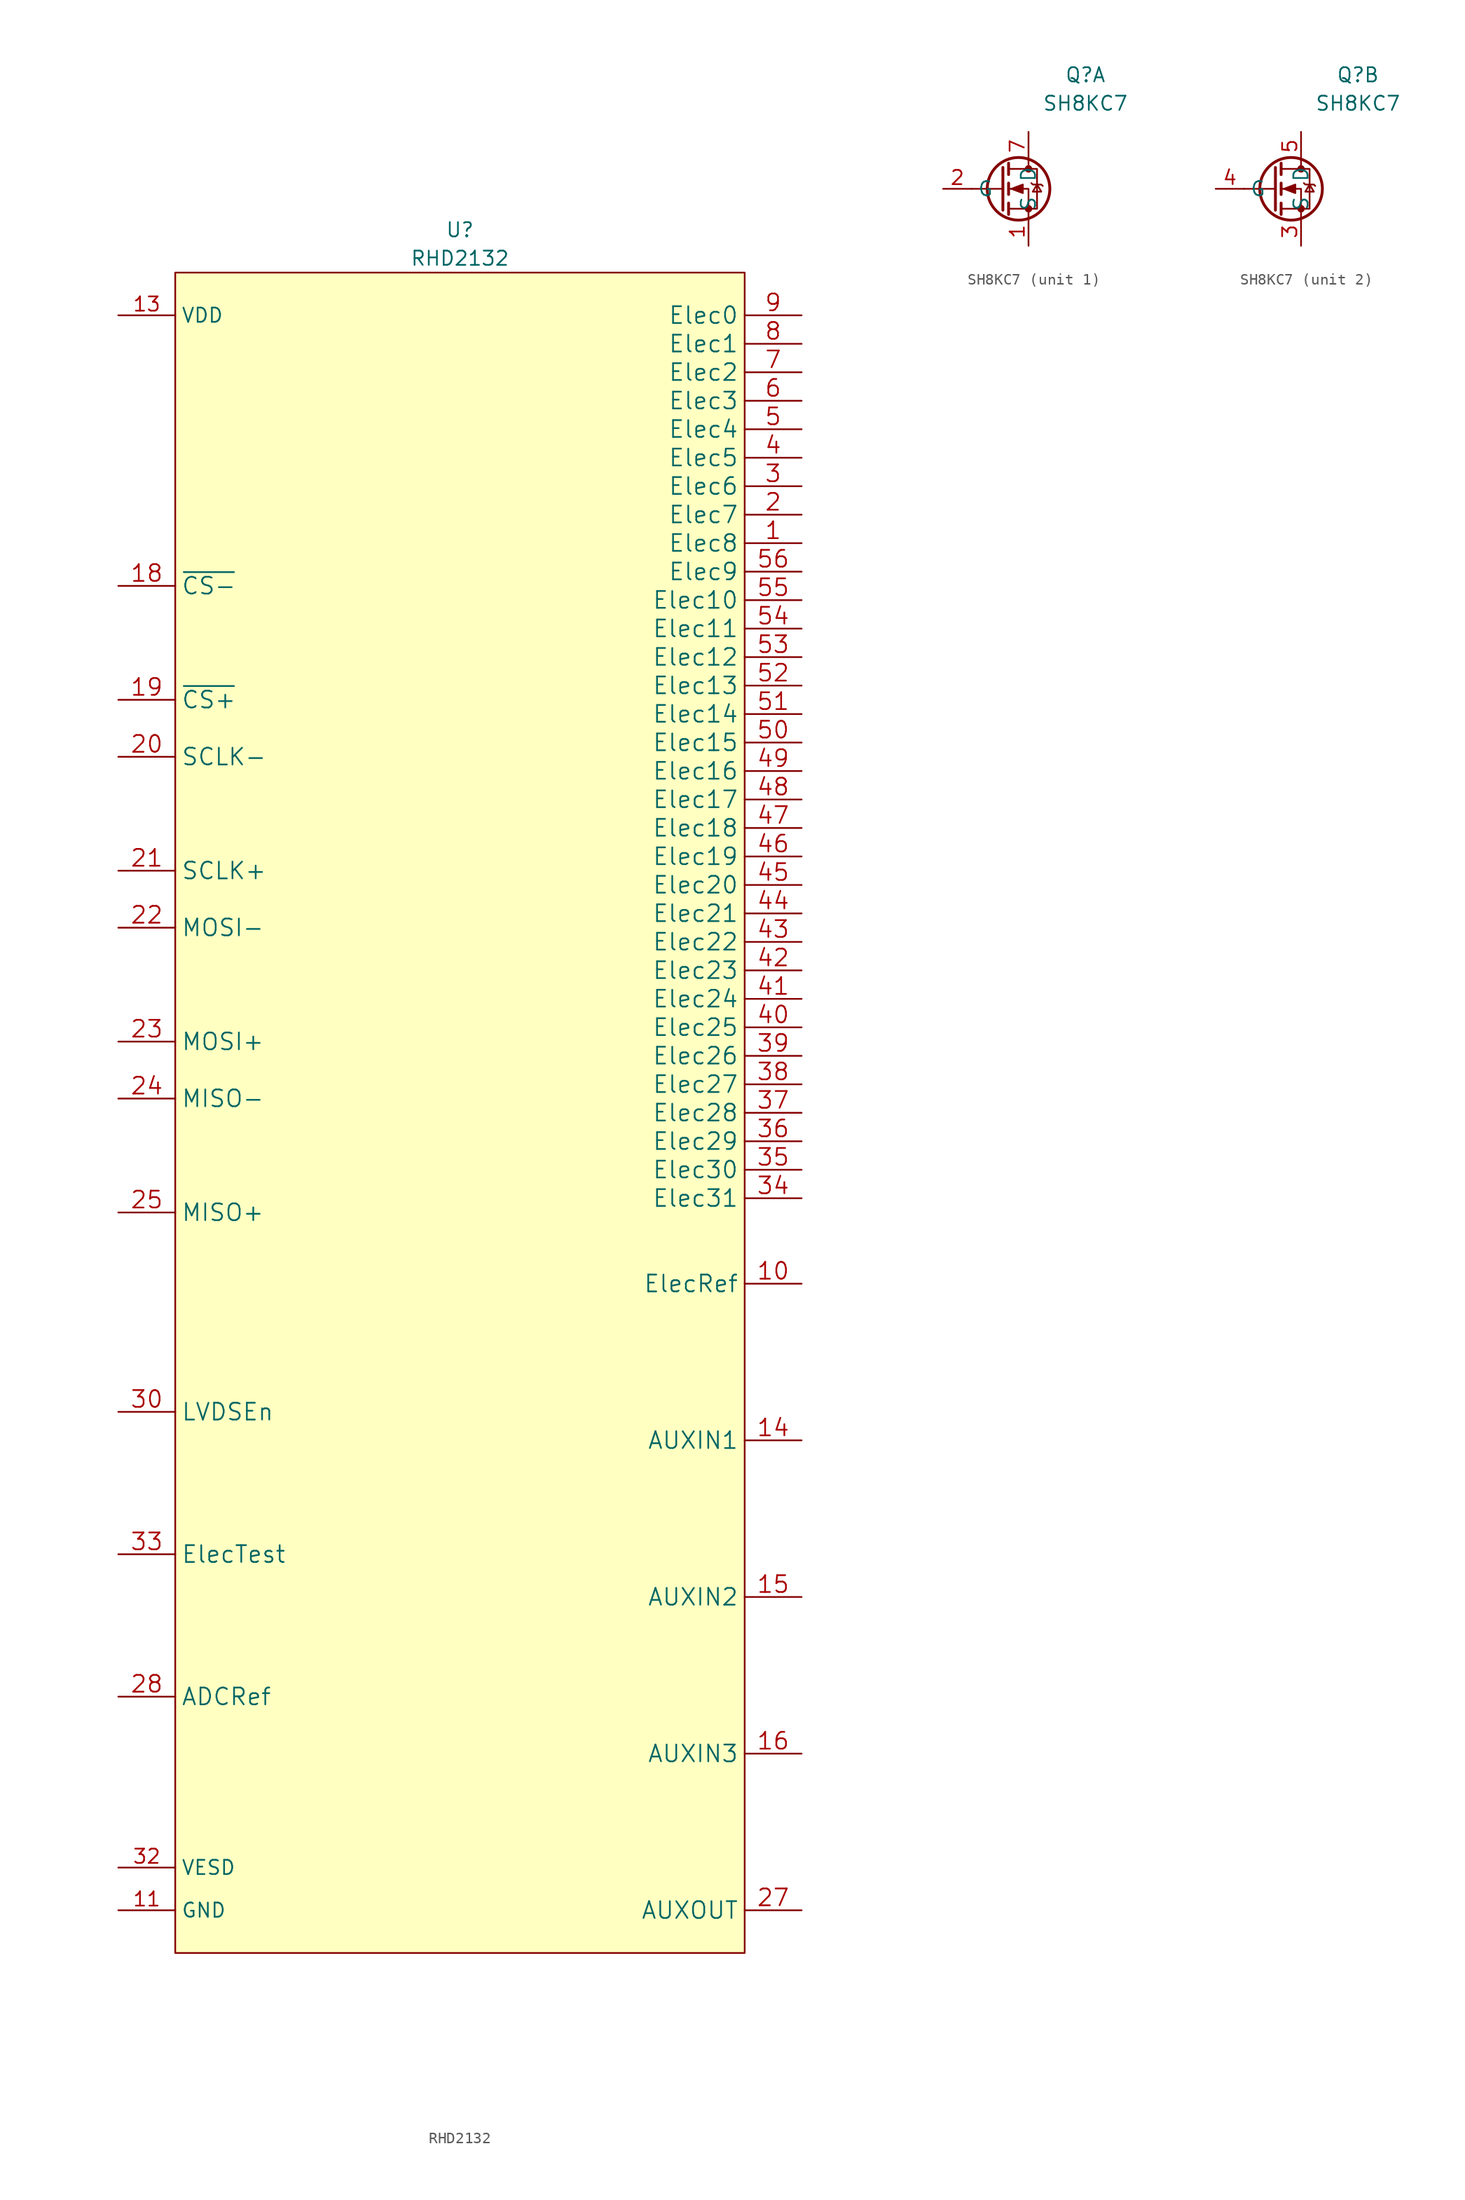
<source format=kicad_sym>
(kicad_symbol_lib
  (version 20220914)
  (generator kicad_symbol_editor)
  (symbol "RHD2132"
    (property "Reference" "U"
      (at 0 78.74 0)
      (effects (font (size 1.27 1.27))))
    (property "Value" "RHD2132"
      (at 0 76.2 0)
      (effects (font (size 1.27 1.27))))
    (symbol "RHD2132_0_1"
      (rectangle (start -25.4 74.93) (end 25.4 -74.93) (stroke (width 0.152) (type default)) (fill (type background))))
    (symbol "RHD2132_1_0"
      (pin passive line (at -30.48 -71.12 0) (length 5.08) hide (name "GND" (effects (font (size 1.27 1.27)))) (number "29" (effects (font (size 1.27 1.27))))))
    (symbol "RHD2132_1_1"
      (pin input line (at 30.48 50.8 180) (length 5.08) (name "Elec8" (effects (font (size 1.499 1.499)))) (number "1" (effects (font (size 1.499 1.499)))))
      (pin input line (at 30.48 -15.24 180) (length 5.08) (name "ElecRef" (effects (font (size 1.499 1.499)))) (number "10" (effects (font (size 1.499 1.499)))))
      (pin power_in line (at -30.48 -71.12 0) (length 5.08) (name "GND" (effects (font (size 1.27 1.27)))) (number "11" (effects (font (size 1.27 1.27)))))
      (pin passive line (at -30.48 -71.12 0) (length 5.08) hide (name "GND" (effects (font (size 1.27 1.27)))) (number "12" (effects (font (size 1.27 1.27)))))
      (pin power_in line (at -30.48 71.12 0) (length 5.08) (name "VDD" (effects (font (size 1.27 1.27)))) (number "13" (effects (font (size 1.27 1.27)))))
      (pin input line (at 30.48 -29.21 180) (length 5.08) (name "AUXIN1" (effects (font (size 1.499 1.499)))) (number "14" (effects (font (size 1.499 1.499)))))
      (pin input line (at 30.48 -43.18 180) (length 5.08) (name "AUXIN2" (effects (font (size 1.499 1.499)))) (number "15" (effects (font (size 1.499 1.499)))))
      (pin input line (at 30.48 -57.15 180) (length 5.08) (name "AUXIN3" (effects (font (size 1.499 1.499)))) (number "16" (effects (font (size 1.499 1.499)))))
      (pin passive line (at -30.48 -71.12 0) (length 5.08) hide (name "GND" (effects (font (size 1.27 1.27)))) (number "17" (effects (font (size 1.27 1.27)))))
      (pin input line (at -30.48 46.99 0) (length 5.08) (name "~{CS-}" (effects (font (size 1.499 1.499)))) (number "18" (effects (font (size 1.499 1.499)))))
      (pin input line (at -30.48 36.83 0) (length 5.08) (name "~{CS+}" (effects (font (size 1.499 1.499)))) (number "19" (effects (font (size 1.499 1.499)))))
      (pin input line (at 30.48 53.34 180) (length 5.08) (name "Elec7" (effects (font (size 1.499 1.499)))) (number "2" (effects (font (size 1.499 1.499)))))
      (pin input line (at -30.48 31.75 0) (length 5.08) (name "SCLK-" (effects (font (size 1.499 1.499)))) (number "20" (effects (font (size 1.499 1.499)))))
      (pin input line (at -30.48 21.59 0) (length 5.08) (name "SCLK+" (effects (font (size 1.499 1.499)))) (number "21" (effects (font (size 1.499 1.499)))))
      (pin input line (at -30.48 16.51 0) (length 5.08) (name "MOSI-" (effects (font (size 1.499 1.499)))) (number "22" (effects (font (size 1.499 1.499)))))
      (pin input line (at -30.48 6.35 0) (length 5.08) (name "MOSI+" (effects (font (size 1.499 1.499)))) (number "23" (effects (font (size 1.499 1.499)))))
      (pin output line (at -30.48 1.27 0) (length 5.08) (name "MISO-" (effects (font (size 1.499 1.499)))) (number "24" (effects (font (size 1.499 1.499)))))
      (pin output line (at -30.48 -8.89 0) (length 5.08) (name "MISO+" (effects (font (size 1.499 1.499)))) (number "25" (effects (font (size 1.499 1.499)))))
      (pin passive line (at -30.48 71.12 0) (length 5.08) hide (name "VDD" (effects (font (size 1.27 1.27)))) (number "26" (effects (font (size 1.27 1.27)))))
      (pin input line (at 30.48 -71.12 180) (length 5.08) (name "AUXOUT" (effects (font (size 1.499 1.499)))) (number "27" (effects (font (size 1.499 1.499)))))
      (pin input line (at -30.48 -52.07 0) (length 5.08) (name "ADCRef" (effects (font (size 1.499 1.499)))) (number "28" (effects (font (size 1.499 1.499)))))
      (pin input line (at 30.48 55.88 180) (length 5.08) (name "Elec6" (effects (font (size 1.499 1.499)))) (number "3" (effects (font (size 1.499 1.499)))))
      (pin input line (at -30.48 -26.67 0) (length 5.08) (name "LVDSEn" (effects (font (size 1.499 1.499)))) (number "30" (effects (font (size 1.499 1.499)))))
      (pin passive line (at -30.48 71.12 0) (length 5.08) hide (name "VDD" (effects (font (size 1.27 1.27)))) (number "31" (effects (font (size 1.27 1.27)))))
      (pin power_in line (at -30.48 -67.31 0) (length 5.08) (name "VESD" (effects (font (size 1.27 1.27)))) (number "32" (effects (font (size 1.27 1.27)))))
      (pin input line (at -30.48 -39.37 0) (length 5.08) (name "ElecTest" (effects (font (size 1.499 1.499)))) (number "33" (effects (font (size 1.499 1.499)))))
      (pin input line (at 30.48 -7.62 180) (length 5.08) (name "Elec31" (effects (font (size 1.499 1.499)))) (number "34" (effects (font (size 1.499 1.499)))))
      (pin input line (at 30.48 -5.08 180) (length 5.08) (name "Elec30" (effects (font (size 1.499 1.499)))) (number "35" (effects (font (size 1.499 1.499)))))
      (pin input line (at 30.48 -2.54 180) (length 5.08) (name "Elec29" (effects (font (size 1.499 1.499)))) (number "36" (effects (font (size 1.499 1.499)))))
      (pin input line (at 30.48 0 180) (length 5.08) (name "Elec28" (effects (font (size 1.499 1.499)))) (number "37" (effects (font (size 1.499 1.499)))))
      (pin input line (at 30.48 2.54 180) (length 5.08) (name "Elec27" (effects (font (size 1.499 1.499)))) (number "38" (effects (font (size 1.499 1.499)))))
      (pin input line (at 30.48 5.08 180) (length 5.08) (name "Elec26" (effects (font (size 1.499 1.499)))) (number "39" (effects (font (size 1.499 1.499)))))
      (pin input line (at 30.48 58.42 180) (length 5.08) (name "Elec5" (effects (font (size 1.499 1.499)))) (number "4" (effects (font (size 1.499 1.499)))))
      (pin input line (at 30.48 7.62 180) (length 5.08) (name "Elec25" (effects (font (size 1.499 1.499)))) (number "40" (effects (font (size 1.499 1.499)))))
      (pin input line (at 30.48 10.16 180) (length 5.08) (name "Elec24" (effects (font (size 1.499 1.499)))) (number "41" (effects (font (size 1.499 1.499)))))
      (pin input line (at 30.48 12.7 180) (length 5.08) (name "Elec23" (effects (font (size 1.499 1.499)))) (number "42" (effects (font (size 1.499 1.499)))))
      (pin input line (at 30.48 15.24 180) (length 5.08) (name "Elec22" (effects (font (size 1.499 1.499)))) (number "43" (effects (font (size 1.499 1.499)))))
      (pin input line (at 30.48 17.78 180) (length 5.08) (name "Elec21" (effects (font (size 1.499 1.499)))) (number "44" (effects (font (size 1.499 1.499)))))
      (pin input line (at 30.48 20.32 180) (length 5.08) (name "Elec20" (effects (font (size 1.499 1.499)))) (number "45" (effects (font (size 1.499 1.499)))))
      (pin input line (at 30.48 22.86 180) (length 5.08) (name "Elec19" (effects (font (size 1.499 1.499)))) (number "46" (effects (font (size 1.499 1.499)))))
      (pin input line (at 30.48 25.4 180) (length 5.08) (name "Elec18" (effects (font (size 1.499 1.499)))) (number "47" (effects (font (size 1.499 1.499)))))
      (pin input line (at 30.48 27.94 180) (length 5.08) (name "Elec17" (effects (font (size 1.499 1.499)))) (number "48" (effects (font (size 1.499 1.499)))))
      (pin input line (at 30.48 30.48 180) (length 5.08) (name "Elec16" (effects (font (size 1.499 1.499)))) (number "49" (effects (font (size 1.499 1.499)))))
      (pin input line (at 30.48 60.96 180) (length 5.08) (name "Elec4" (effects (font (size 1.499 1.499)))) (number "5" (effects (font (size 1.499 1.499)))))
      (pin input line (at 30.48 33.02 180) (length 5.08) (name "Elec15" (effects (font (size 1.499 1.499)))) (number "50" (effects (font (size 1.499 1.499)))))
      (pin input line (at 30.48 35.56 180) (length 5.08) (name "Elec14" (effects (font (size 1.499 1.499)))) (number "51" (effects (font (size 1.499 1.499)))))
      (pin input line (at 30.48 38.1 180) (length 5.08) (name "Elec13" (effects (font (size 1.499 1.499)))) (number "52" (effects (font (size 1.499 1.499)))))
      (pin input line (at 30.48 40.64 180) (length 5.08) (name "Elec12" (effects (font (size 1.499 1.499)))) (number "53" (effects (font (size 1.499 1.499)))))
      (pin input line (at 30.48 43.18 180) (length 5.08) (name "Elec11" (effects (font (size 1.499 1.499)))) (number "54" (effects (font (size 1.499 1.499)))))
      (pin input line (at 30.48 45.72 180) (length 5.08) (name "Elec10" (effects (font (size 1.499 1.499)))) (number "55" (effects (font (size 1.499 1.499)))))
      (pin input line (at 30.48 48.26 180) (length 5.08) (name "Elec9" (effects (font (size 1.499 1.499)))) (number "56" (effects (font (size 1.499 1.499)))))
      (pin input line (at 30.48 63.5 180) (length 5.08) (name "Elec3" (effects (font (size 1.499 1.499)))) (number "6" (effects (font (size 1.499 1.499)))))
      (pin input line (at 30.48 66.04 180) (length 5.08) (name "Elec2" (effects (font (size 1.499 1.499)))) (number "7" (effects (font (size 1.499 1.499)))))
      (pin input line (at 30.48 68.58 180) (length 5.08) (name "Elec1" (effects (font (size 1.499 1.499)))) (number "8" (effects (font (size 1.499 1.499)))))
      (pin input line (at 30.48 71.12 180) (length 5.08) (name "Elec0" (effects (font (size 1.499 1.499)))) (number "9" (effects (font (size 1.499 1.499)))))))
  (symbol "SH8KC7"
    (property "Reference" "Q"
      (at 5.08 10.16 0)
      (effects (font (size 1.27 1.27))))
    (property "Value" "SH8KC7"
      (at 5.08 7.62 0)
      (effects (font (size 1.27 1.27))))
    (symbol "SH8KC7_0_1"
      (circle (center -0.889 0) (radius 2.794) (stroke (width 0.254) (type default)) (fill (type none)))
      (circle (center 0 -1.778) (radius 0.254) (stroke (width 0) (type default)) (fill (type outline)))
      (polyline (pts (xy -2.286 0) (xy -5.08 0)) (stroke (width 0) (type default)) (fill (type none)))
      (polyline (pts (xy -2.286 1.905) (xy -2.286 -1.905)) (stroke (width 0.254) (type default)) (fill (type none)))
      (polyline (pts (xy -1.778 -1.27) (xy -1.778 -2.286)) (stroke (width 0.254) (type default)) (fill (type none)))
      (polyline (pts (xy -1.778 0.508) (xy -1.778 -0.508)) (stroke (width 0.254) (type default)) (fill (type none)))
      (polyline (pts (xy -1.778 2.286) (xy -1.778 1.27)) (stroke (width 0.254) (type default)) (fill (type none)))
      (polyline (pts (xy 0 2.54) (xy 0 1.778)) (stroke (width 0) (type default)) (fill (type none)))
      (polyline (pts (xy 0 -2.54) (xy 0 0) (xy -1.778 0)) (stroke (width 0) (type default)) (fill (type none)))
      (polyline (pts (xy -1.778 -1.778) (xy 0.762 -1.778) (xy 0.762 1.778) (xy -1.778 1.778)) (stroke (width 0) (type default)) (fill (type none)))
      (polyline (pts (xy -1.524 0) (xy -0.508 0.381) (xy -0.508 -0.381) (xy -1.524 0)) (stroke (width 0) (type default)) (fill (type outline)))
      (polyline (pts (xy 0.254 0.508) (xy 0.381 0.381) (xy 1.143 0.381) (xy 1.27 0.254)) (stroke (width 0) (type default)) (fill (type none)))
      (polyline (pts (xy 0.762 0.381) (xy 0.381 -0.254) (xy 1.143 -0.254) (xy 0.762 0.381)) (stroke (width 0) (type default)) (fill (type none)))
      (circle (center 0 1.778) (radius 0.254) (stroke (width 0) (type default)) (fill (type outline))))
    (symbol "SH8KC7_1_1"
      (pin passive line (at 0 -5.08 90) (length 2.54) (name "S" (effects (font (size 1.27 1.27)))) (number "1" (effects (font (size 1.27 1.27)))))
      (pin input line (at -7.62 0 0) (length 2.54) (name "G" (effects (font (size 1.27 1.27)))) (number "2" (effects (font (size 1.27 1.27)))))
      (pin passive line (at 0 5.08 270) (length 2.54) (name "D" (effects (font (size 1.27 1.27)))) (number "7" (effects (font (size 1.27 1.27)))))
      (pin passive line (at 0 5.08 270) (length 2.54) hide (name "D" (effects (font (size 1.27 1.27)))) (number "8" (effects (font (size 1.27 1.27))))))
    (symbol "SH8KC7_2_1"
      (pin passive line (at 0 -5.08 90) (length 2.54) (name "S" (effects (font (size 1.27 1.27)))) (number "3" (effects (font (size 1.27 1.27)))))
      (pin input line (at -7.62 0 0) (length 2.54) (name "G" (effects (font (size 1.27 1.27)))) (number "4" (effects (font (size 1.27 1.27)))))
      (pin passive line (at 0 5.08 270) (length 2.54) (name "D" (effects (font (size 1.27 1.27)))) (number "5" (effects (font (size 1.27 1.27)))))
      (pin passive line (at 0 5.08 270) (length 2.54) hide (name "D" (effects (font (size 1.27 1.27)))) (number "6" (effects (font (size 1.27 1.27))))))))
</source>
